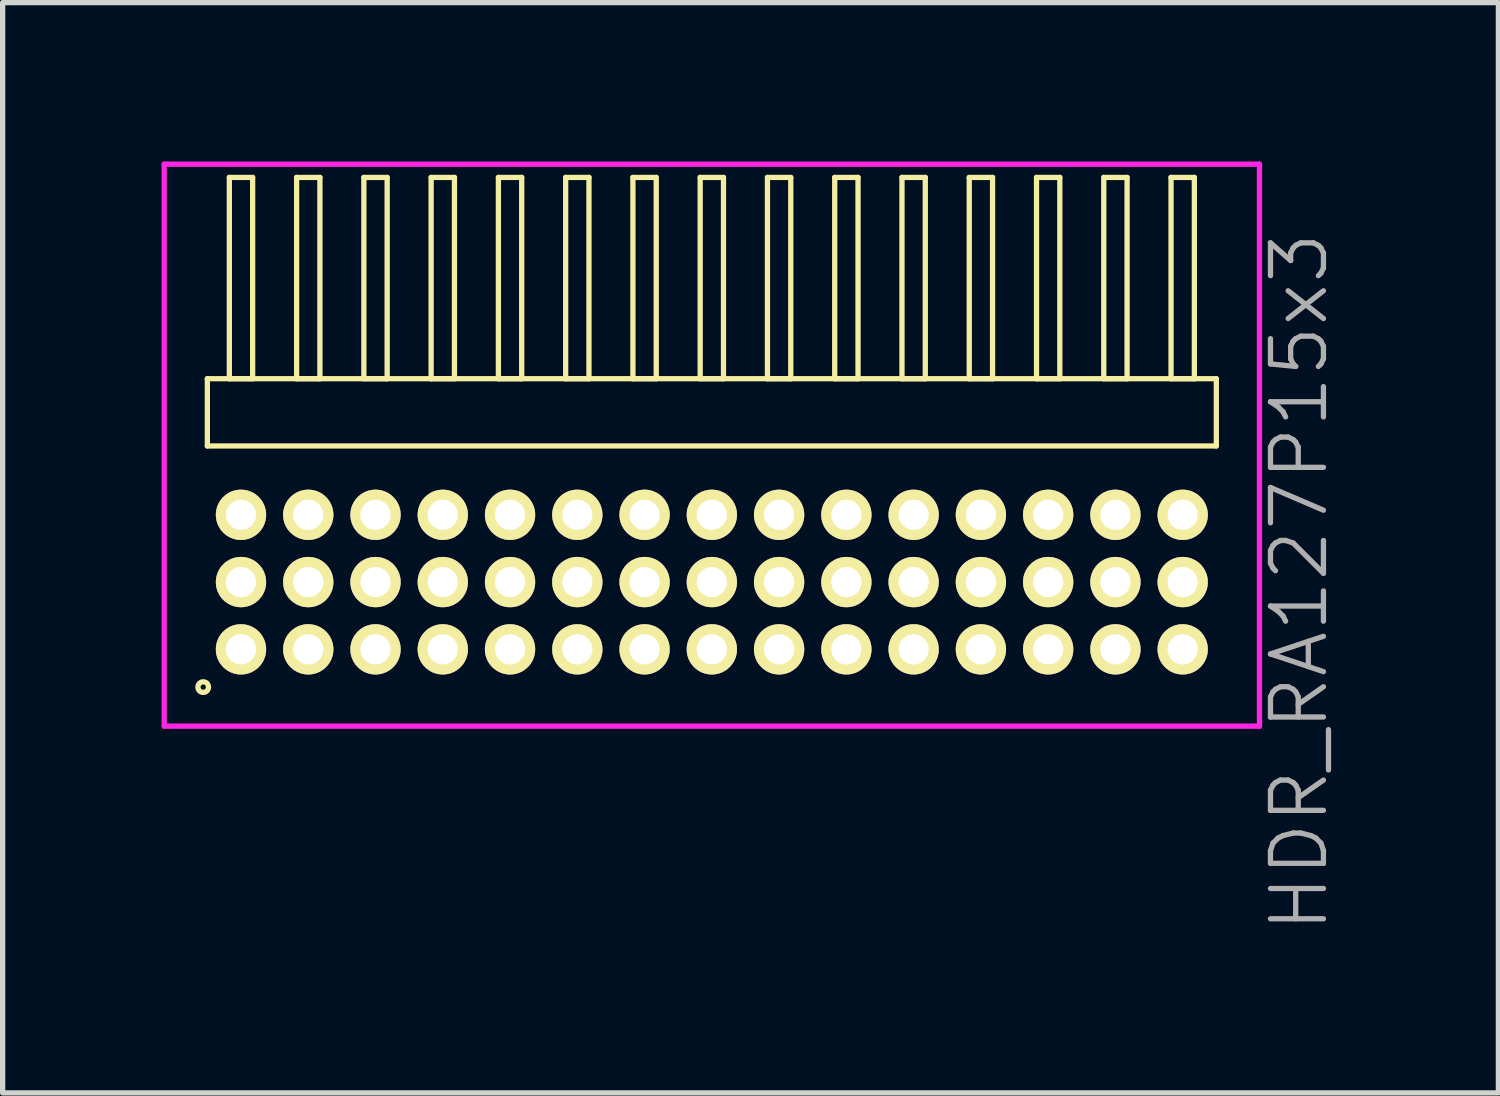
<source format=kicad_pcb>
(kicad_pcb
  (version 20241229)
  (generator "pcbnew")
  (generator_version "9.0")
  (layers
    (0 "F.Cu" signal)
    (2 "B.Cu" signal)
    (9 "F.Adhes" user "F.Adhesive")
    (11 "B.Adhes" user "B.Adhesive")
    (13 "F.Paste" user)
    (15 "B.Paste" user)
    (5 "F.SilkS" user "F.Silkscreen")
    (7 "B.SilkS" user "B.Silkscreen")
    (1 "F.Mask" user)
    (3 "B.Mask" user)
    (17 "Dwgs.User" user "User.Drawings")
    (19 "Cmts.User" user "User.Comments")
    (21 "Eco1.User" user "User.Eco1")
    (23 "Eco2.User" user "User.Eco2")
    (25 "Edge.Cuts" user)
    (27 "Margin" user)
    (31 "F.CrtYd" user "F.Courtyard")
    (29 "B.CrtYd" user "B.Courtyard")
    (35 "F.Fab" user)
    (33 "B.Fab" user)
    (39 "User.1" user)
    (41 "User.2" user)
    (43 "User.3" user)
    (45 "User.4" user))
  (footprint "HDR_RA127P15x3"
    (layer "F.Cu")
    (at 10.39 7.94)
    (property "Reference" "HDR_RA127P15x3" (at 11.09 0 90) (layer "F.Fab") (effects (font (size 1 1) (thickness 0.1))))
    (attr through_hole)
    (fp_line (start -9.525 -3.84) (end -9.525 -2.57) (stroke (width 0.1) (type solid)) (layer "F.SilkS"))
    (fp_line (start -9.525 -2.57) (end 9.525 -2.57) (stroke (width 0.1) (type solid)) (layer "F.SilkS"))
    (fp_line (start -9.11 -7.64) (end -9.11 -3.84) (stroke (width 0.1) (type solid)) (layer "F.SilkS"))
    (fp_line (start -9.11 -3.84) (end -8.67 -3.84) (stroke (width 0.1) (type solid)) (layer "F.SilkS"))
    (fp_line (start -8.67 -7.64) (end -9.11 -7.64) (stroke (width 0.1) (type solid)) (layer "F.SilkS"))
    (fp_line (start -8.67 -3.84) (end -8.67 -7.64) (stroke (width 0.1) (type solid)) (layer "F.SilkS"))
    (fp_line (start -7.84 -7.64) (end -7.84 -3.84) (stroke (width 0.1) (type solid)) (layer "F.SilkS"))
    (fp_line (start -7.84 -3.84) (end -7.4 -3.84) (stroke (width 0.1) (type solid)) (layer "F.SilkS"))
    (fp_line (start -7.4 -7.64) (end -7.84 -7.64) (stroke (width 0.1) (type solid)) (layer "F.SilkS"))
    (fp_line (start -7.4 -3.84) (end -7.4 -7.64) (stroke (width 0.1) (type solid)) (layer "F.SilkS"))
    (fp_line (start -6.57 -7.64) (end -6.57 -3.84) (stroke (width 0.1) (type solid)) (layer "F.SilkS"))
    (fp_line (start -6.57 -3.84) (end -6.13 -3.84) (stroke (width 0.1) (type solid)) (layer "F.SilkS"))
    (fp_line (start -6.13 -7.64) (end -6.57 -7.64) (stroke (width 0.1) (type solid)) (layer "F.SilkS"))
    (fp_line (start -6.13 -3.84) (end -6.13 -7.64) (stroke (width 0.1) (type solid)) (layer "F.SilkS"))
    (fp_line (start -5.3 -7.64) (end -5.3 -3.84) (stroke (width 0.1) (type solid)) (layer "F.SilkS"))
    (fp_line (start -5.3 -3.84) (end -4.86 -3.84) (stroke (width 0.1) (type solid)) (layer "F.SilkS"))
    (fp_line (start -4.86 -7.64) (end -5.3 -7.64) (stroke (width 0.1) (type solid)) (layer "F.SilkS"))
    (fp_line (start -4.86 -3.84) (end -4.86 -7.64) (stroke (width 0.1) (type solid)) (layer "F.SilkS"))
    (fp_line (start -4.03 -7.64) (end -4.03 -3.84) (stroke (width 0.1) (type solid)) (layer "F.SilkS"))
    (fp_line (start -4.03 -3.84) (end -3.59 -3.84) (stroke (width 0.1) (type solid)) (layer "F.SilkS"))
    (fp_line (start -3.59 -7.64) (end -4.03 -7.64) (stroke (width 0.1) (type solid)) (layer "F.SilkS"))
    (fp_line (start -3.59 -3.84) (end -3.59 -7.64) (stroke (width 0.1) (type solid)) (layer "F.SilkS"))
    (fp_line (start -2.76 -7.64) (end -2.76 -3.84) (stroke (width 0.1) (type solid)) (layer "F.SilkS"))
    (fp_line (start -2.76 -3.84) (end -2.32 -3.84) (stroke (width 0.1) (type solid)) (layer "F.SilkS"))
    (fp_line (start -2.32 -7.64) (end -2.76 -7.64) (stroke (width 0.1) (type solid)) (layer "F.SilkS"))
    (fp_line (start -2.32 -3.84) (end -2.32 -7.64) (stroke (width 0.1) (type solid)) (layer "F.SilkS"))
    (fp_line (start -1.49 -7.64) (end -1.49 -3.84) (stroke (width 0.1) (type solid)) (layer "F.SilkS"))
    (fp_line (start -1.49 -3.84) (end -1.05 -3.84) (stroke (width 0.1) (type solid)) (layer "F.SilkS"))
    (fp_line (start -1.05 -7.64) (end -1.49 -7.64) (stroke (width 0.1) (type solid)) (layer "F.SilkS"))
    (fp_line (start -1.05 -3.84) (end -1.05 -7.64) (stroke (width 0.1) (type solid)) (layer "F.SilkS"))
    (fp_line (start -0.22 -7.64) (end -0.22 -3.84) (stroke (width 0.1) (type solid)) (layer "F.SilkS"))
    (fp_line (start -0.22 -3.84) (end 0.22 -3.84) (stroke (width 0.1) (type solid)) (layer "F.SilkS"))
    (fp_line (start 0.22 -7.64) (end -0.22 -7.64) (stroke (width 0.1) (type solid)) (layer "F.SilkS"))
    (fp_line (start 0.22 -3.84) (end 0.22 -7.64) (stroke (width 0.1) (type solid)) (layer "F.SilkS"))
    (fp_line (start 1.05 -7.64) (end 1.05 -3.84) (stroke (width 0.1) (type solid)) (layer "F.SilkS"))
    (fp_line (start 1.05 -3.84) (end 1.49 -3.84) (stroke (width 0.1) (type solid)) (layer "F.SilkS"))
    (fp_line (start 1.49 -7.64) (end 1.05 -7.64) (stroke (width 0.1) (type solid)) (layer "F.SilkS"))
    (fp_line (start 1.49 -3.84) (end 1.49 -7.64) (stroke (width 0.1) (type solid)) (layer "F.SilkS"))
    (fp_line (start 2.32 -7.64) (end 2.32 -3.84) (stroke (width 0.1) (type solid)) (layer "F.SilkS"))
    (fp_line (start 2.32 -3.84) (end 2.76 -3.84) (stroke (width 0.1) (type solid)) (layer "F.SilkS"))
    (fp_line (start 2.76 -7.64) (end 2.32 -7.64) (stroke (width 0.1) (type solid)) (layer "F.SilkS"))
    (fp_line (start 2.76 -3.84) (end 2.76 -7.64) (stroke (width 0.1) (type solid)) (layer "F.SilkS"))
    (fp_line (start 3.59 -7.64) (end 3.59 -3.84) (stroke (width 0.1) (type solid)) (layer "F.SilkS"))
    (fp_line (start 3.59 -3.84) (end 4.03 -3.84) (stroke (width 0.1) (type solid)) (layer "F.SilkS"))
    (fp_line (start 4.03 -7.64) (end 3.59 -7.64) (stroke (width 0.1) (type solid)) (layer "F.SilkS"))
    (fp_line (start 4.03 -3.84) (end 4.03 -7.64) (stroke (width 0.1) (type solid)) (layer "F.SilkS"))
    (fp_line (start 4.86 -7.64) (end 4.86 -3.84) (stroke (width 0.1) (type solid)) (layer "F.SilkS"))
    (fp_line (start 4.86 -3.84) (end 5.3 -3.84) (stroke (width 0.1) (type solid)) (layer "F.SilkS"))
    (fp_line (start 5.3 -7.64) (end 4.86 -7.64) (stroke (width 0.1) (type solid)) (layer "F.SilkS"))
    (fp_line (start 5.3 -3.84) (end 5.3 -7.64) (stroke (width 0.1) (type solid)) (layer "F.SilkS"))
    (fp_line (start 6.13 -7.64) (end 6.13 -3.84) (stroke (width 0.1) (type solid)) (layer "F.SilkS"))
    (fp_line (start 6.13 -3.84) (end 6.57 -3.84) (stroke (width 0.1) (type solid)) (layer "F.SilkS"))
    (fp_line (start 6.57 -7.64) (end 6.13 -7.64) (stroke (width 0.1) (type solid)) (layer "F.SilkS"))
    (fp_line (start 6.57 -3.84) (end 6.57 -7.64) (stroke (width 0.1) (type solid)) (layer "F.SilkS"))
    (fp_line (start 7.4 -7.64) (end 7.4 -3.84) (stroke (width 0.1) (type solid)) (layer "F.SilkS"))
    (fp_line (start 7.4 -3.84) (end 7.84 -3.84) (stroke (width 0.1) (type solid)) (layer "F.SilkS"))
    (fp_line (start 7.84 -7.64) (end 7.4 -7.64) (stroke (width 0.1) (type solid)) (layer "F.SilkS"))
    (fp_line (start 7.84 -3.84) (end 7.84 -7.64) (stroke (width 0.1) (type solid)) (layer "F.SilkS"))
    (fp_line (start 8.67 -7.64) (end 8.67 -3.84) (stroke (width 0.1) (type solid)) (layer "F.SilkS"))
    (fp_line (start 8.67 -3.84) (end 9.11 -3.84) (stroke (width 0.1) (type solid)) (layer "F.SilkS"))
    (fp_line (start 9.11 -7.64) (end 8.67 -7.64) (stroke (width 0.1) (type solid)) (layer "F.SilkS"))
    (fp_line (start 9.11 -3.84) (end 9.11 -7.64) (stroke (width 0.1) (type solid)) (layer "F.SilkS"))
    (fp_line (start 9.525 -3.84) (end -9.525 -3.84) (stroke (width 0.1) (type solid)) (layer "F.SilkS"))
    (fp_line (start 9.525 -2.57) (end 9.525 -3.84) (stroke (width 0.1) (type solid)) (layer "F.SilkS"))
    (fp_circle (center -9.603 1.983) (end -9.503 1.983) (stroke (width 0.1) (type solid)) (fill no) (layer "F.SilkS"))
    (fp_line (start -10.34 -7.89) (end -10.34 2.72) (stroke (width 0.1) (type solid)) (layer "F.CrtYd"))
    (fp_line (start -10.34 2.72) (end 10.34 2.72) (stroke (width 0.1) (type solid)) (layer "F.CrtYd"))
    (fp_line (start 10.34 -7.89) (end -10.34 -7.89) (stroke (width 0.1) (type solid)) (layer "F.CrtYd"))
    (fp_line (start 10.34 2.72) (end 10.34 -7.89) (stroke (width 0.1) (type solid)) (layer "F.CrtYd"))
    (pad "1" thru_hole oval (at -8.89 1.27) (size 0.95 0.95) (drill 0.57) (layers "*.Cu" "*.Mask" "F.SilkS"))
    (pad "2" thru_hole oval (at -8.89 0) (size 0.95 0.95) (drill 0.57) (layers "*.Cu" "*.Mask" "F.SilkS"))
    (pad "3" thru_hole oval (at -8.89 -1.27) (size 0.95 0.95) (drill 0.57) (layers "*.Cu" "*.Mask" "F.SilkS"))
    (pad "4" thru_hole oval (at -7.62 1.27) (size 0.95 0.95) (drill 0.57) (layers "*.Cu" "*.Mask" "F.SilkS"))
    (pad "5" thru_hole oval (at -7.62 0) (size 0.95 0.95) (drill 0.57) (layers "*.Cu" "*.Mask" "F.SilkS"))
    (pad "6" thru_hole oval (at -7.62 -1.27) (size 0.95 0.95) (drill 0.57) (layers "*.Cu" "*.Mask" "F.SilkS"))
    (pad "7" thru_hole oval (at -6.35 1.27) (size 0.95 0.95) (drill 0.57) (layers "*.Cu" "*.Mask" "F.SilkS"))
    (pad "8" thru_hole oval (at -6.35 0) (size 0.95 0.95) (drill 0.57) (layers "*.Cu" "*.Mask" "F.SilkS"))
    (pad "9" thru_hole oval (at -6.35 -1.27) (size 0.95 0.95) (drill 0.57) (layers "*.Cu" "*.Mask" "F.SilkS"))
    (pad "10" thru_hole oval (at -5.08 1.27) (size 0.95 0.95) (drill 0.57) (layers "*.Cu" "*.Mask" "F.SilkS"))
    (pad "11" thru_hole oval (at -5.08 0) (size 0.95 0.95) (drill 0.57) (layers "*.Cu" "*.Mask" "F.SilkS"))
    (pad "12" thru_hole oval (at -5.08 -1.27) (size 0.95 0.95) (drill 0.57) (layers "*.Cu" "*.Mask" "F.SilkS"))
    (pad "13" thru_hole oval (at -3.81 1.27) (size 0.95 0.95) (drill 0.57) (layers "*.Cu" "*.Mask" "F.SilkS"))
    (pad "14" thru_hole oval (at -3.81 0) (size 0.95 0.95) (drill 0.57) (layers "*.Cu" "*.Mask" "F.SilkS"))
    (pad "15" thru_hole oval (at -3.81 -1.27) (size 0.95 0.95) (drill 0.57) (layers "*.Cu" "*.Mask" "F.SilkS"))
    (pad "16" thru_hole oval (at -2.54 1.27) (size 0.95 0.95) (drill 0.57) (layers "*.Cu" "*.Mask" "F.SilkS"))
    (pad "17" thru_hole oval (at -2.54 0) (size 0.95 0.95) (drill 0.57) (layers "*.Cu" "*.Mask" "F.SilkS"))
    (pad "18" thru_hole oval (at -2.54 -1.27) (size 0.95 0.95) (drill 0.57) (layers "*.Cu" "*.Mask" "F.SilkS"))
    (pad "19" thru_hole oval (at -1.27 1.27) (size 0.95 0.95) (drill 0.57) (layers "*.Cu" "*.Mask" "F.SilkS"))
    (pad "20" thru_hole oval (at -1.27 0) (size 0.95 0.95) (drill 0.57) (layers "*.Cu" "*.Mask" "F.SilkS"))
    (pad "21" thru_hole oval (at -1.27 -1.27) (size 0.95 0.95) (drill 0.57) (layers "*.Cu" "*.Mask" "F.SilkS"))
    (pad "22" thru_hole oval (at 0 1.27) (size 0.95 0.95) (drill 0.57) (layers "*.Cu" "*.Mask" "F.SilkS"))
    (pad "23" thru_hole oval (at 0 0) (size 0.95 0.95) (drill 0.57) (layers "*.Cu" "*.Mask" "F.SilkS"))
    (pad "24" thru_hole oval (at 0 -1.27) (size 0.95 0.95) (drill 0.57) (layers "*.Cu" "*.Mask" "F.SilkS"))
    (pad "25" thru_hole oval (at 1.27 1.27) (size 0.95 0.95) (drill 0.57) (layers "*.Cu" "*.Mask" "F.SilkS"))
    (pad "26" thru_hole oval (at 1.27 0) (size 0.95 0.95) (drill 0.57) (layers "*.Cu" "*.Mask" "F.SilkS"))
    (pad "27" thru_hole oval (at 1.27 -1.27) (size 0.95 0.95) (drill 0.57) (layers "*.Cu" "*.Mask" "F.SilkS"))
    (pad "28" thru_hole oval (at 2.54 1.27) (size 0.95 0.95) (drill 0.57) (layers "*.Cu" "*.Mask" "F.SilkS"))
    (pad "29" thru_hole oval (at 2.54 0) (size 0.95 0.95) (drill 0.57) (layers "*.Cu" "*.Mask" "F.SilkS"))
    (pad "30" thru_hole oval (at 2.54 -1.27) (size 0.95 0.95) (drill 0.57) (layers "*.Cu" "*.Mask" "F.SilkS"))
    (pad "31" thru_hole oval (at 3.81 1.27) (size 0.95 0.95) (drill 0.57) (layers "*.Cu" "*.Mask" "F.SilkS"))
    (pad "32" thru_hole oval (at 3.81 0) (size 0.95 0.95) (drill 0.57) (layers "*.Cu" "*.Mask" "F.SilkS"))
    (pad "33" thru_hole oval (at 3.81 -1.27) (size 0.95 0.95) (drill 0.57) (layers "*.Cu" "*.Mask" "F.SilkS"))
    (pad "34" thru_hole oval (at 5.08 1.27) (size 0.95 0.95) (drill 0.57) (layers "*.Cu" "*.Mask" "F.SilkS"))
    (pad "35" thru_hole oval (at 5.08 0) (size 0.95 0.95) (drill 0.57) (layers "*.Cu" "*.Mask" "F.SilkS"))
    (pad "36" thru_hole oval (at 5.08 -1.27) (size 0.95 0.95) (drill 0.57) (layers "*.Cu" "*.Mask" "F.SilkS"))
    (pad "37" thru_hole oval (at 6.35 1.27) (size 0.95 0.95) (drill 0.57) (layers "*.Cu" "*.Mask" "F.SilkS"))
    (pad "38" thru_hole oval (at 6.35 0) (size 0.95 0.95) (drill 0.57) (layers "*.Cu" "*.Mask" "F.SilkS"))
    (pad "39" thru_hole oval (at 6.35 -1.27) (size 0.95 0.95) (drill 0.57) (layers "*.Cu" "*.Mask" "F.SilkS"))
    (pad "40" thru_hole oval (at 7.62 1.27) (size 0.95 0.95) (drill 0.57) (layers "*.Cu" "*.Mask" "F.SilkS"))
    (pad "41" thru_hole oval (at 7.62 0) (size 0.95 0.95) (drill 0.57) (layers "*.Cu" "*.Mask" "F.SilkS"))
    (pad "42" thru_hole oval (at 7.62 -1.27) (size 0.95 0.95) (drill 0.57) (layers "*.Cu" "*.Mask" "F.SilkS"))
    (pad "43" thru_hole oval (at 8.89 1.27) (size 0.95 0.95) (drill 0.57) (layers "*.Cu" "*.Mask" "F.SilkS"))
    (pad "44" thru_hole oval (at 8.89 0) (size 0.95 0.95) (drill 0.57) (layers "*.Cu" "*.Mask" "F.SilkS"))
    (pad "45" thru_hole oval (at 8.89 -1.27) (size 0.95 0.95) (drill 0.57) (layers "*.Cu" "*.Mask" "F.SilkS")))
  (gr_rect
    (start -3 -3)
    (end 25.241 17.585)
    (stroke (width 0.1) (type default))
    (fill no)
    (layer "Edge.Cuts")))
</source>
